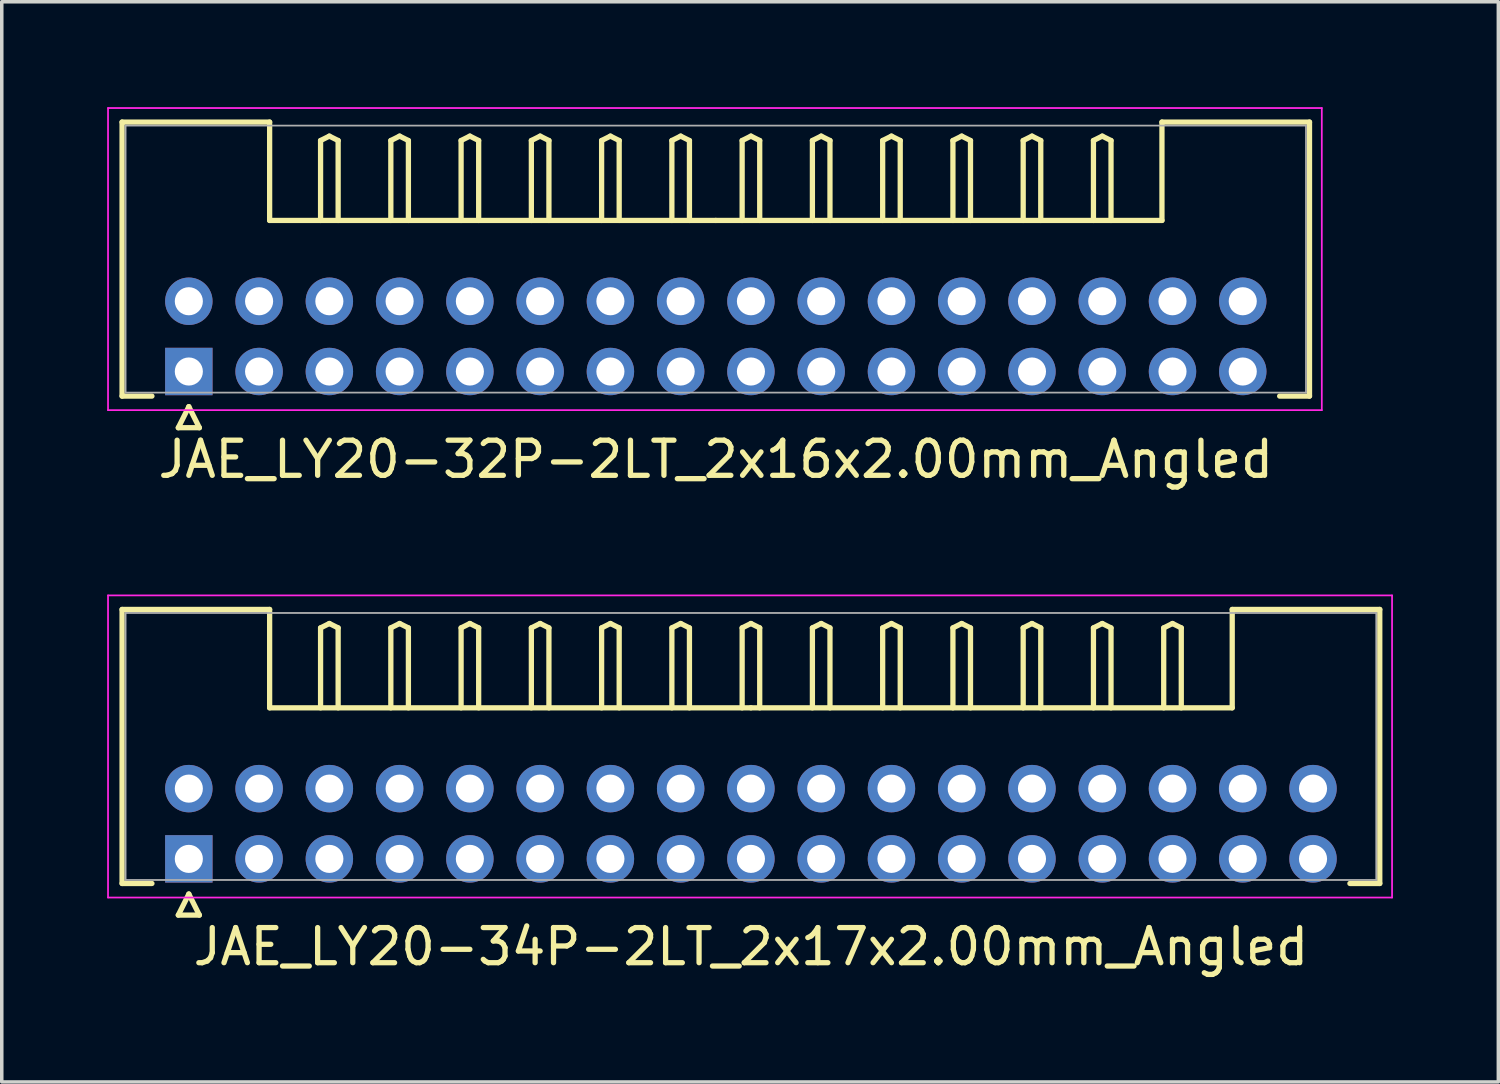
<source format=kicad_pcb>
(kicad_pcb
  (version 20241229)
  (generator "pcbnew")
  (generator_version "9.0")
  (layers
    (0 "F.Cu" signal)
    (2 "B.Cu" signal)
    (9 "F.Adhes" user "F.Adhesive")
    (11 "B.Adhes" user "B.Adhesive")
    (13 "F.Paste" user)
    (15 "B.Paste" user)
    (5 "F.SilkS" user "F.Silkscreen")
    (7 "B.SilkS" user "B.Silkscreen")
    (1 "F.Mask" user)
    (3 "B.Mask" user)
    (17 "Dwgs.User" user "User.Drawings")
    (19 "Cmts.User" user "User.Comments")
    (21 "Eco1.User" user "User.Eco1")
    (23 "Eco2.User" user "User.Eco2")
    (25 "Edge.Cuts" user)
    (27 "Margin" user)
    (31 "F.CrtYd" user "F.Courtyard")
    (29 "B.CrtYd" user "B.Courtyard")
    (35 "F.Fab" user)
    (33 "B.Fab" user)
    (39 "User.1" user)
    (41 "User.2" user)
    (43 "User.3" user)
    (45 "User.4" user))
  (footprint "JAE_LY20-34P-2LT_2x17x2.00mm_Angled"
    (layer "F.Cu")
    (at 2.325 21.398)
    (property "Reference" "JAE_LY20-34P-2LT_2x17x2.00mm_Angled" (at 16 2.5 0) (layer "F.SilkS") (effects (font (size 1 1) (thickness 0.15))))
    (attr through_hole)
    (fp_line (start -1.9 -7.1) (end 2.3 -7.1) (stroke (width 0.15) (type solid)) (layer "F.SilkS"))
    (fp_line (start -1.9 0.7) (end -1.9 -7.1) (stroke (width 0.15) (type solid)) (layer "F.SilkS"))
    (fp_line (start -1.05 0.7) (end -1.9 0.7) (stroke (width 0.15) (type solid)) (layer "F.SilkS"))
    (fp_line (start -0.3 1.6) (end 0.3 1.6) (stroke (width 0.15) (type solid)) (layer "F.SilkS"))
    (fp_line (start 0 1) (end -0.3 1.6) (stroke (width 0.15) (type solid)) (layer "F.SilkS"))
    (fp_line (start 0.3 1.6) (end 0 1) (stroke (width 0.15) (type solid)) (layer "F.SilkS"))
    (fp_line (start 2.3 -7.1) (end 2.3 -4.3) (stroke (width 0.15) (type solid)) (layer "F.SilkS"))
    (fp_line (start 2.3 -4.3) (end 16 -4.3) (stroke (width 0.15) (type solid)) (layer "F.SilkS"))
    (fp_line (start 3.75 -6.575) (end 4 -6.7) (stroke (width 0.15) (type solid)) (layer "F.SilkS"))
    (fp_line (start 3.75 -4.3) (end 3.75 -6.575) (stroke (width 0.15) (type solid)) (layer "F.SilkS"))
    (fp_line (start 4 -6.7) (end 4.25 -6.575) (stroke (width 0.15) (type solid)) (layer "F.SilkS"))
    (fp_line (start 4.25 -6.575) (end 4.25 -4.3) (stroke (width 0.15) (type solid)) (layer "F.SilkS"))
    (fp_line (start 5.75 -6.575) (end 6 -6.7) (stroke (width 0.15) (type solid)) (layer "F.SilkS"))
    (fp_line (start 5.75 -4.3) (end 5.75 -6.575) (stroke (width 0.15) (type solid)) (layer "F.SilkS"))
    (fp_line (start 6 -6.7) (end 6.25 -6.575) (stroke (width 0.15) (type solid)) (layer "F.SilkS"))
    (fp_line (start 6.25 -6.575) (end 6.25 -4.3) (stroke (width 0.15) (type solid)) (layer "F.SilkS"))
    (fp_line (start 7.75 -6.575) (end 8 -6.7) (stroke (width 0.15) (type solid)) (layer "F.SilkS"))
    (fp_line (start 7.75 -4.3) (end 7.75 -6.575) (stroke (width 0.15) (type solid)) (layer "F.SilkS"))
    (fp_line (start 8 -6.7) (end 8.25 -6.575) (stroke (width 0.15) (type solid)) (layer "F.SilkS"))
    (fp_line (start 8.25 -6.575) (end 8.25 -4.3) (stroke (width 0.15) (type solid)) (layer "F.SilkS"))
    (fp_line (start 9.75 -6.575) (end 10 -6.7) (stroke (width 0.15) (type solid)) (layer "F.SilkS"))
    (fp_line (start 9.75 -4.3) (end 9.75 -6.575) (stroke (width 0.15) (type solid)) (layer "F.SilkS"))
    (fp_line (start 10 -6.7) (end 10.25 -6.575) (stroke (width 0.15) (type solid)) (layer "F.SilkS"))
    (fp_line (start 10.25 -6.575) (end 10.25 -4.3) (stroke (width 0.15) (type solid)) (layer "F.SilkS"))
    (fp_line (start 11.75 -6.575) (end 12 -6.7) (stroke (width 0.15) (type solid)) (layer "F.SilkS"))
    (fp_line (start 11.75 -4.3) (end 11.75 -6.575) (stroke (width 0.15) (type solid)) (layer "F.SilkS"))
    (fp_line (start 12 -6.7) (end 12.25 -6.575) (stroke (width 0.15) (type solid)) (layer "F.SilkS"))
    (fp_line (start 12.25 -6.575) (end 12.25 -4.3) (stroke (width 0.15) (type solid)) (layer "F.SilkS"))
    (fp_line (start 13.75 -6.575) (end 14 -6.7) (stroke (width 0.15) (type solid)) (layer "F.SilkS"))
    (fp_line (start 13.75 -4.3) (end 13.75 -6.575) (stroke (width 0.15) (type solid)) (layer "F.SilkS"))
    (fp_line (start 14 -6.7) (end 14.25 -6.575) (stroke (width 0.15) (type solid)) (layer "F.SilkS"))
    (fp_line (start 14.25 -6.575) (end 14.25 -4.3) (stroke (width 0.15) (type solid)) (layer "F.SilkS"))
    (fp_line (start 15.75 -6.575) (end 16 -6.7) (stroke (width 0.15) (type solid)) (layer "F.SilkS"))
    (fp_line (start 15.75 -4.3) (end 15.75 -6.575) (stroke (width 0.15) (type solid)) (layer "F.SilkS"))
    (fp_line (start 16 -6.7) (end 16.25 -6.575) (stroke (width 0.15) (type solid)) (layer "F.SilkS"))
    (fp_line (start 16.25 -6.575) (end 16.25 -4.3) (stroke (width 0.15) (type solid)) (layer "F.SilkS"))
    (fp_line (start 17.75 -6.575) (end 18 -6.7) (stroke (width 0.15) (type solid)) (layer "F.SilkS"))
    (fp_line (start 17.75 -4.3) (end 17.75 -6.575) (stroke (width 0.15) (type solid)) (layer "F.SilkS"))
    (fp_line (start 18 -6.7) (end 18.25 -6.575) (stroke (width 0.15) (type solid)) (layer "F.SilkS"))
    (fp_line (start 18.25 -6.575) (end 18.25 -4.3) (stroke (width 0.15) (type solid)) (layer "F.SilkS"))
    (fp_line (start 19.75 -6.575) (end 20 -6.7) (stroke (width 0.15) (type solid)) (layer "F.SilkS"))
    (fp_line (start 19.75 -4.3) (end 19.75 -6.575) (stroke (width 0.15) (type solid)) (layer "F.SilkS"))
    (fp_line (start 20 -6.7) (end 20.25 -6.575) (stroke (width 0.15) (type solid)) (layer "F.SilkS"))
    (fp_line (start 20.25 -6.575) (end 20.25 -4.3) (stroke (width 0.15) (type solid)) (layer "F.SilkS"))
    (fp_line (start 21.75 -6.575) (end 22 -6.7) (stroke (width 0.15) (type solid)) (layer "F.SilkS"))
    (fp_line (start 21.75 -4.3) (end 21.75 -6.575) (stroke (width 0.15) (type solid)) (layer "F.SilkS"))
    (fp_line (start 22 -6.7) (end 22.25 -6.575) (stroke (width 0.15) (type solid)) (layer "F.SilkS"))
    (fp_line (start 22.25 -6.575) (end 22.25 -4.3) (stroke (width 0.15) (type solid)) (layer "F.SilkS"))
    (fp_line (start 23.75 -6.575) (end 24 -6.7) (stroke (width 0.15) (type solid)) (layer "F.SilkS"))
    (fp_line (start 23.75 -4.3) (end 23.75 -6.575) (stroke (width 0.15) (type solid)) (layer "F.SilkS"))
    (fp_line (start 24 -6.7) (end 24.25 -6.575) (stroke (width 0.15) (type solid)) (layer "F.SilkS"))
    (fp_line (start 24.25 -6.575) (end 24.25 -4.3) (stroke (width 0.15) (type solid)) (layer "F.SilkS"))
    (fp_line (start 25.75 -6.575) (end 26 -6.7) (stroke (width 0.15) (type solid)) (layer "F.SilkS"))
    (fp_line (start 25.75 -4.3) (end 25.75 -6.575) (stroke (width 0.15) (type solid)) (layer "F.SilkS"))
    (fp_line (start 26 -6.7) (end 26.25 -6.575) (stroke (width 0.15) (type solid)) (layer "F.SilkS"))
    (fp_line (start 26.25 -6.575) (end 26.25 -4.3) (stroke (width 0.15) (type solid)) (layer "F.SilkS"))
    (fp_line (start 27.75 -6.575) (end 28 -6.7) (stroke (width 0.15) (type solid)) (layer "F.SilkS"))
    (fp_line (start 27.75 -4.3) (end 27.75 -6.575) (stroke (width 0.15) (type solid)) (layer "F.SilkS"))
    (fp_line (start 28 -6.7) (end 28.25 -6.575) (stroke (width 0.15) (type solid)) (layer "F.SilkS"))
    (fp_line (start 28.25 -6.575) (end 28.25 -4.3) (stroke (width 0.15) (type solid)) (layer "F.SilkS"))
    (fp_line (start 29.7 -7.1) (end 29.7 -4.3) (stroke (width 0.15) (type solid)) (layer "F.SilkS"))
    (fp_line (start 29.7 -4.3) (end 16 -4.3) (stroke (width 0.15) (type solid)) (layer "F.SilkS"))
    (fp_line (start 33.05 0.7) (end 33.9 0.7) (stroke (width 0.15) (type solid)) (layer "F.SilkS"))
    (fp_line (start 33.9 -7.1) (end 29.7 -7.1) (stroke (width 0.15) (type solid)) (layer "F.SilkS"))
    (fp_line (start 33.9 0.7) (end 33.9 -7.1) (stroke (width 0.15) (type solid)) (layer "F.SilkS"))
    (fp_line (start -2.3 -7.5) (end -2.3 1.1) (stroke (width 0.05) (type solid)) (layer "F.CrtYd"))
    (fp_line (start -2.3 1.1) (end 34.25 1.1) (stroke (width 0.05) (type solid)) (layer "F.CrtYd"))
    (fp_line (start 34.25 -7.5) (end -2.3 -7.5) (stroke (width 0.05) (type solid)) (layer "F.CrtYd"))
    (fp_line (start 34.25 1.1) (end 34.25 -7.5) (stroke (width 0.05) (type solid)) (layer "F.CrtYd"))
    (fp_line (start -1.8 -7) (end -1.8 0.6) (stroke (width 0.05) (type solid)) (layer "F.Fab"))
    (fp_line (start -1.8 0.6) (end 33.8 0.6) (stroke (width 0.05) (type solid)) (layer "F.Fab"))
    (fp_line (start 33.8 -7) (end -1.8 -7) (stroke (width 0.05) (type solid)) (layer "F.Fab"))
    (fp_line (start 33.8 0.6) (end 33.8 -7) (stroke (width 0.05) (type solid)) (layer "F.Fab"))
    (pad "1" thru_hole rect (at 0 0) (size 1.35 1.35) (drill 0.8) (layers "*.Cu" "*.Mask"))
    (pad "2" thru_hole circle (at 2 0) (size 1.35 1.35) (drill 0.8) (layers "*.Cu" "*.Mask"))
    (pad "3" thru_hole circle (at 4 0) (size 1.35 1.35) (drill 0.8) (layers "*.Cu" "*.Mask"))
    (pad "4" thru_hole circle (at 6 0) (size 1.35 1.35) (drill 0.8) (layers "*.Cu" "*.Mask"))
    (pad "5" thru_hole circle (at 8 0) (size 1.35 1.35) (drill 0.8) (layers "*.Cu" "*.Mask"))
    (pad "6" thru_hole circle (at 10 0) (size 1.35 1.35) (drill 0.8) (layers "*.Cu" "*.Mask"))
    (pad "7" thru_hole circle (at 12 0) (size 1.35 1.35) (drill 0.8) (layers "*.Cu" "*.Mask"))
    (pad "8" thru_hole circle (at 14 0) (size 1.35 1.35) (drill 0.8) (layers "*.Cu" "*.Mask"))
    (pad "9" thru_hole circle (at 16 0) (size 1.35 1.35) (drill 0.8) (layers "*.Cu" "*.Mask"))
    (pad "10" thru_hole circle (at 18 0) (size 1.35 1.35) (drill 0.8) (layers "*.Cu" "*.Mask"))
    (pad "11" thru_hole circle (at 20 0) (size 1.35 1.35) (drill 0.8) (layers "*.Cu" "*.Mask"))
    (pad "12" thru_hole circle (at 22 0) (size 1.35 1.35) (drill 0.8) (layers "*.Cu" "*.Mask"))
    (pad "13" thru_hole circle (at 24 0) (size 1.35 1.35) (drill 0.8) (layers "*.Cu" "*.Mask"))
    (pad "14" thru_hole circle (at 26 0) (size 1.35 1.35) (drill 0.8) (layers "*.Cu" "*.Mask"))
    (pad "15" thru_hole circle (at 28 0) (size 1.35 1.35) (drill 0.8) (layers "*.Cu" "*.Mask"))
    (pad "16" thru_hole circle (at 30 0) (size 1.35 1.35) (drill 0.8) (layers "*.Cu" "*.Mask"))
    (pad "17" thru_hole circle (at 32 0) (size 1.35 1.35) (drill 0.8) (layers "*.Cu" "*.Mask"))
    (pad "18" thru_hole circle (at 0 -2) (size 1.35 1.35) (drill 0.8) (layers "*.Cu" "*.Mask"))
    (pad "19" thru_hole circle (at 2 -2) (size 1.35 1.35) (drill 0.8) (layers "*.Cu" "*.Mask"))
    (pad "20" thru_hole circle (at 4 -2) (size 1.35 1.35) (drill 0.8) (layers "*.Cu" "*.Mask"))
    (pad "21" thru_hole circle (at 6 -2) (size 1.35 1.35) (drill 0.8) (layers "*.Cu" "*.Mask"))
    (pad "22" thru_hole circle (at 8 -2) (size 1.35 1.35) (drill 0.8) (layers "*.Cu" "*.Mask"))
    (pad "23" thru_hole circle (at 10 -2) (size 1.35 1.35) (drill 0.8) (layers "*.Cu" "*.Mask"))
    (pad "24" thru_hole circle (at 12 -2) (size 1.35 1.35) (drill 0.8) (layers "*.Cu" "*.Mask"))
    (pad "25" thru_hole circle (at 14 -2) (size 1.35 1.35) (drill 0.8) (layers "*.Cu" "*.Mask"))
    (pad "26" thru_hole circle (at 16 -2) (size 1.35 1.35) (drill 0.8) (layers "*.Cu" "*.Mask"))
    (pad "27" thru_hole circle (at 18 -2) (size 1.35 1.35) (drill 0.8) (layers "*.Cu" "*.Mask"))
    (pad "28" thru_hole circle (at 20 -2) (size 1.35 1.35) (drill 0.8) (layers "*.Cu" "*.Mask"))
    (pad "29" thru_hole circle (at 22 -2) (size 1.35 1.35) (drill 0.8) (layers "*.Cu" "*.Mask"))
    (pad "30" thru_hole circle (at 24 -2) (size 1.35 1.35) (drill 0.8) (layers "*.Cu" "*.Mask"))
    (pad "31" thru_hole circle (at 26 -2) (size 1.35 1.35) (drill 0.8) (layers "*.Cu" "*.Mask"))
    (pad "32" thru_hole circle (at 28 -2) (size 1.35 1.35) (drill 0.8) (layers "*.Cu" "*.Mask"))
    (pad "33" thru_hole circle (at 30 -2) (size 1.35 1.35) (drill 0.8) (layers "*.Cu" "*.Mask"))
    (pad "34" thru_hole circle (at 32 -2) (size 1.35 1.35) (drill 0.8) (layers "*.Cu" "*.Mask")))
  (footprint "JAE_LY20-32P-2LT_2x16x2.00mm_Angled"
    (layer "F.Cu")
    (at 2.325 7.525)
    (property "Reference" "JAE_LY20-32P-2LT_2x16x2.00mm_Angled" (at 15 2.5 0) (layer "F.SilkS") (effects (font (size 1 1) (thickness 0.15))))
    (attr through_hole)
    (fp_line (start -1.9 -7.1) (end 2.3 -7.1) (stroke (width 0.15) (type solid)) (layer "F.SilkS"))
    (fp_line (start -1.9 0.7) (end -1.9 -7.1) (stroke (width 0.15) (type solid)) (layer "F.SilkS"))
    (fp_line (start -1.05 0.7) (end -1.9 0.7) (stroke (width 0.15) (type solid)) (layer "F.SilkS"))
    (fp_line (start -0.3 1.6) (end 0.3 1.6) (stroke (width 0.15) (type solid)) (layer "F.SilkS"))
    (fp_line (start 0 1) (end -0.3 1.6) (stroke (width 0.15) (type solid)) (layer "F.SilkS"))
    (fp_line (start 0.3 1.6) (end 0 1) (stroke (width 0.15) (type solid)) (layer "F.SilkS"))
    (fp_line (start 2.3 -7.1) (end 2.3 -4.3) (stroke (width 0.15) (type solid)) (layer "F.SilkS"))
    (fp_line (start 2.3 -4.3) (end 15 -4.3) (stroke (width 0.15) (type solid)) (layer "F.SilkS"))
    (fp_line (start 3.75 -6.575) (end 4 -6.7) (stroke (width 0.15) (type solid)) (layer "F.SilkS"))
    (fp_line (start 3.75 -4.3) (end 3.75 -6.575) (stroke (width 0.15) (type solid)) (layer "F.SilkS"))
    (fp_line (start 4 -6.7) (end 4.25 -6.575) (stroke (width 0.15) (type solid)) (layer "F.SilkS"))
    (fp_line (start 4.25 -6.575) (end 4.25 -4.3) (stroke (width 0.15) (type solid)) (layer "F.SilkS"))
    (fp_line (start 5.75 -6.575) (end 6 -6.7) (stroke (width 0.15) (type solid)) (layer "F.SilkS"))
    (fp_line (start 5.75 -4.3) (end 5.75 -6.575) (stroke (width 0.15) (type solid)) (layer "F.SilkS"))
    (fp_line (start 6 -6.7) (end 6.25 -6.575) (stroke (width 0.15) (type solid)) (layer "F.SilkS"))
    (fp_line (start 6.25 -6.575) (end 6.25 -4.3) (stroke (width 0.15) (type solid)) (layer "F.SilkS"))
    (fp_line (start 7.75 -6.575) (end 8 -6.7) (stroke (width 0.15) (type solid)) (layer "F.SilkS"))
    (fp_line (start 7.75 -4.3) (end 7.75 -6.575) (stroke (width 0.15) (type solid)) (layer "F.SilkS"))
    (fp_line (start 8 -6.7) (end 8.25 -6.575) (stroke (width 0.15) (type solid)) (layer "F.SilkS"))
    (fp_line (start 8.25 -6.575) (end 8.25 -4.3) (stroke (width 0.15) (type solid)) (layer "F.SilkS"))
    (fp_line (start 9.75 -6.575) (end 10 -6.7) (stroke (width 0.15) (type solid)) (layer "F.SilkS"))
    (fp_line (start 9.75 -4.3) (end 9.75 -6.575) (stroke (width 0.15) (type solid)) (layer "F.SilkS"))
    (fp_line (start 10 -6.7) (end 10.25 -6.575) (stroke (width 0.15) (type solid)) (layer "F.SilkS"))
    (fp_line (start 10.25 -6.575) (end 10.25 -4.3) (stroke (width 0.15) (type solid)) (layer "F.SilkS"))
    (fp_line (start 11.75 -6.575) (end 12 -6.7) (stroke (width 0.15) (type solid)) (layer "F.SilkS"))
    (fp_line (start 11.75 -4.3) (end 11.75 -6.575) (stroke (width 0.15) (type solid)) (layer "F.SilkS"))
    (fp_line (start 12 -6.7) (end 12.25 -6.575) (stroke (width 0.15) (type solid)) (layer "F.SilkS"))
    (fp_line (start 12.25 -6.575) (end 12.25 -4.3) (stroke (width 0.15) (type solid)) (layer "F.SilkS"))
    (fp_line (start 13.75 -6.575) (end 14 -6.7) (stroke (width 0.15) (type solid)) (layer "F.SilkS"))
    (fp_line (start 13.75 -4.3) (end 13.75 -6.575) (stroke (width 0.15) (type solid)) (layer "F.SilkS"))
    (fp_line (start 14 -6.7) (end 14.25 -6.575) (stroke (width 0.15) (type solid)) (layer "F.SilkS"))
    (fp_line (start 14.25 -6.575) (end 14.25 -4.3) (stroke (width 0.15) (type solid)) (layer "F.SilkS"))
    (fp_line (start 15.75 -6.575) (end 16 -6.7) (stroke (width 0.15) (type solid)) (layer "F.SilkS"))
    (fp_line (start 15.75 -4.3) (end 15.75 -6.575) (stroke (width 0.15) (type solid)) (layer "F.SilkS"))
    (fp_line (start 16 -6.7) (end 16.25 -6.575) (stroke (width 0.15) (type solid)) (layer "F.SilkS"))
    (fp_line (start 16.25 -6.575) (end 16.25 -4.3) (stroke (width 0.15) (type solid)) (layer "F.SilkS"))
    (fp_line (start 17.75 -6.575) (end 18 -6.7) (stroke (width 0.15) (type solid)) (layer "F.SilkS"))
    (fp_line (start 17.75 -4.3) (end 17.75 -6.575) (stroke (width 0.15) (type solid)) (layer "F.SilkS"))
    (fp_line (start 18 -6.7) (end 18.25 -6.575) (stroke (width 0.15) (type solid)) (layer "F.SilkS"))
    (fp_line (start 18.25 -6.575) (end 18.25 -4.3) (stroke (width 0.15) (type solid)) (layer "F.SilkS"))
    (fp_line (start 19.75 -6.575) (end 20 -6.7) (stroke (width 0.15) (type solid)) (layer "F.SilkS"))
    (fp_line (start 19.75 -4.3) (end 19.75 -6.575) (stroke (width 0.15) (type solid)) (layer "F.SilkS"))
    (fp_line (start 20 -6.7) (end 20.25 -6.575) (stroke (width 0.15) (type solid)) (layer "F.SilkS"))
    (fp_line (start 20.25 -6.575) (end 20.25 -4.3) (stroke (width 0.15) (type solid)) (layer "F.SilkS"))
    (fp_line (start 21.75 -6.575) (end 22 -6.7) (stroke (width 0.15) (type solid)) (layer "F.SilkS"))
    (fp_line (start 21.75 -4.3) (end 21.75 -6.575) (stroke (width 0.15) (type solid)) (layer "F.SilkS"))
    (fp_line (start 22 -6.7) (end 22.25 -6.575) (stroke (width 0.15) (type solid)) (layer "F.SilkS"))
    (fp_line (start 22.25 -6.575) (end 22.25 -4.3) (stroke (width 0.15) (type solid)) (layer "F.SilkS"))
    (fp_line (start 23.75 -6.575) (end 24 -6.7) (stroke (width 0.15) (type solid)) (layer "F.SilkS"))
    (fp_line (start 23.75 -4.3) (end 23.75 -6.575) (stroke (width 0.15) (type solid)) (layer "F.SilkS"))
    (fp_line (start 24 -6.7) (end 24.25 -6.575) (stroke (width 0.15) (type solid)) (layer "F.SilkS"))
    (fp_line (start 24.25 -6.575) (end 24.25 -4.3) (stroke (width 0.15) (type solid)) (layer "F.SilkS"))
    (fp_line (start 25.75 -6.575) (end 26 -6.7) (stroke (width 0.15) (type solid)) (layer "F.SilkS"))
    (fp_line (start 25.75 -4.3) (end 25.75 -6.575) (stroke (width 0.15) (type solid)) (layer "F.SilkS"))
    (fp_line (start 26 -6.7) (end 26.25 -6.575) (stroke (width 0.15) (type solid)) (layer "F.SilkS"))
    (fp_line (start 26.25 -6.575) (end 26.25 -4.3) (stroke (width 0.15) (type solid)) (layer "F.SilkS"))
    (fp_line (start 27.7 -7.1) (end 27.7 -4.3) (stroke (width 0.15) (type solid)) (layer "F.SilkS"))
    (fp_line (start 27.7 -4.3) (end 15 -4.3) (stroke (width 0.15) (type solid)) (layer "F.SilkS"))
    (fp_line (start 31.05 0.7) (end 31.9 0.7) (stroke (width 0.15) (type solid)) (layer "F.SilkS"))
    (fp_line (start 31.9 -7.1) (end 27.7 -7.1) (stroke (width 0.15) (type solid)) (layer "F.SilkS"))
    (fp_line (start 31.9 0.7) (end 31.9 -7.1) (stroke (width 0.15) (type solid)) (layer "F.SilkS"))
    (fp_line (start -2.3 -7.5) (end -2.3 1.1) (stroke (width 0.05) (type solid)) (layer "F.CrtYd"))
    (fp_line (start -2.3 1.1) (end 32.25 1.1) (stroke (width 0.05) (type solid)) (layer "F.CrtYd"))
    (fp_line (start 32.25 -7.5) (end -2.3 -7.5) (stroke (width 0.05) (type solid)) (layer "F.CrtYd"))
    (fp_line (start 32.25 1.1) (end 32.25 -7.5) (stroke (width 0.05) (type solid)) (layer "F.CrtYd"))
    (fp_line (start -1.8 -7) (end -1.8 0.6) (stroke (width 0.05) (type solid)) (layer "F.Fab"))
    (fp_line (start -1.8 0.6) (end 31.8 0.6) (stroke (width 0.05) (type solid)) (layer "F.Fab"))
    (fp_line (start 31.8 -7) (end -1.8 -7) (stroke (width 0.05) (type solid)) (layer "F.Fab"))
    (fp_line (start 31.8 0.6) (end 31.8 -7) (stroke (width 0.05) (type solid)) (layer "F.Fab"))
    (pad "1" thru_hole rect (at 0 0) (size 1.35 1.35) (drill 0.8) (layers "*.Cu" "*.Mask"))
    (pad "2" thru_hole circle (at 2 0) (size 1.35 1.35) (drill 0.8) (layers "*.Cu" "*.Mask"))
    (pad "3" thru_hole circle (at 4 0) (size 1.35 1.35) (drill 0.8) (layers "*.Cu" "*.Mask"))
    (pad "4" thru_hole circle (at 6 0) (size 1.35 1.35) (drill 0.8) (layers "*.Cu" "*.Mask"))
    (pad "5" thru_hole circle (at 8 0) (size 1.35 1.35) (drill 0.8) (layers "*.Cu" "*.Mask"))
    (pad "6" thru_hole circle (at 10 0) (size 1.35 1.35) (drill 0.8) (layers "*.Cu" "*.Mask"))
    (pad "7" thru_hole circle (at 12 0) (size 1.35 1.35) (drill 0.8) (layers "*.Cu" "*.Mask"))
    (pad "8" thru_hole circle (at 14 0) (size 1.35 1.35) (drill 0.8) (layers "*.Cu" "*.Mask"))
    (pad "9" thru_hole circle (at 16 0) (size 1.35 1.35) (drill 0.8) (layers "*.Cu" "*.Mask"))
    (pad "10" thru_hole circle (at 18 0) (size 1.35 1.35) (drill 0.8) (layers "*.Cu" "*.Mask"))
    (pad "11" thru_hole circle (at 20 0) (size 1.35 1.35) (drill 0.8) (layers "*.Cu" "*.Mask"))
    (pad "12" thru_hole circle (at 22 0) (size 1.35 1.35) (drill 0.8) (layers "*.Cu" "*.Mask"))
    (pad "13" thru_hole circle (at 24 0) (size 1.35 1.35) (drill 0.8) (layers "*.Cu" "*.Mask"))
    (pad "14" thru_hole circle (at 26 0) (size 1.35 1.35) (drill 0.8) (layers "*.Cu" "*.Mask"))
    (pad "15" thru_hole circle (at 28 0) (size 1.35 1.35) (drill 0.8) (layers "*.Cu" "*.Mask"))
    (pad "16" thru_hole circle (at 30 0) (size 1.35 1.35) (drill 0.8) (layers "*.Cu" "*.Mask"))
    (pad "17" thru_hole circle (at 0 -2) (size 1.35 1.35) (drill 0.8) (layers "*.Cu" "*.Mask"))
    (pad "18" thru_hole circle (at 2 -2) (size 1.35 1.35) (drill 0.8) (layers "*.Cu" "*.Mask"))
    (pad "19" thru_hole circle (at 4 -2) (size 1.35 1.35) (drill 0.8) (layers "*.Cu" "*.Mask"))
    (pad "20" thru_hole circle (at 6 -2) (size 1.35 1.35) (drill 0.8) (layers "*.Cu" "*.Mask"))
    (pad "21" thru_hole circle (at 8 -2) (size 1.35 1.35) (drill 0.8) (layers "*.Cu" "*.Mask"))
    (pad "22" thru_hole circle (at 10 -2) (size 1.35 1.35) (drill 0.8) (layers "*.Cu" "*.Mask"))
    (pad "23" thru_hole circle (at 12 -2) (size 1.35 1.35) (drill 0.8) (layers "*.Cu" "*.Mask"))
    (pad "24" thru_hole circle (at 14 -2) (size 1.35 1.35) (drill 0.8) (layers "*.Cu" "*.Mask"))
    (pad "25" thru_hole circle (at 16 -2) (size 1.35 1.35) (drill 0.8) (layers "*.Cu" "*.Mask"))
    (pad "26" thru_hole circle (at 18 -2) (size 1.35 1.35) (drill 0.8) (layers "*.Cu" "*.Mask"))
    (pad "27" thru_hole circle (at 20 -2) (size 1.35 1.35) (drill 0.8) (layers "*.Cu" "*.Mask"))
    (pad "28" thru_hole circle (at 22 -2) (size 1.35 1.35) (drill 0.8) (layers "*.Cu" "*.Mask"))
    (pad "29" thru_hole circle (at 24 -2) (size 1.35 1.35) (drill 0.8) (layers "*.Cu" "*.Mask"))
    (pad "30" thru_hole circle (at 26 -2) (size 1.35 1.35) (drill 0.8) (layers "*.Cu" "*.Mask"))
    (pad "31" thru_hole circle (at 28 -2) (size 1.35 1.35) (drill 0.8) (layers "*.Cu" "*.Mask"))
    (pad "32" thru_hole circle (at 30 -2) (size 1.35 1.35) (drill 0.8) (layers "*.Cu" "*.Mask")))
  (gr_rect
    (start -3 -3)
    (end 39.6 27.747)
    (stroke (width 0.1) (type default))
    (fill no)
    (layer "Edge.Cuts")))
</source>
